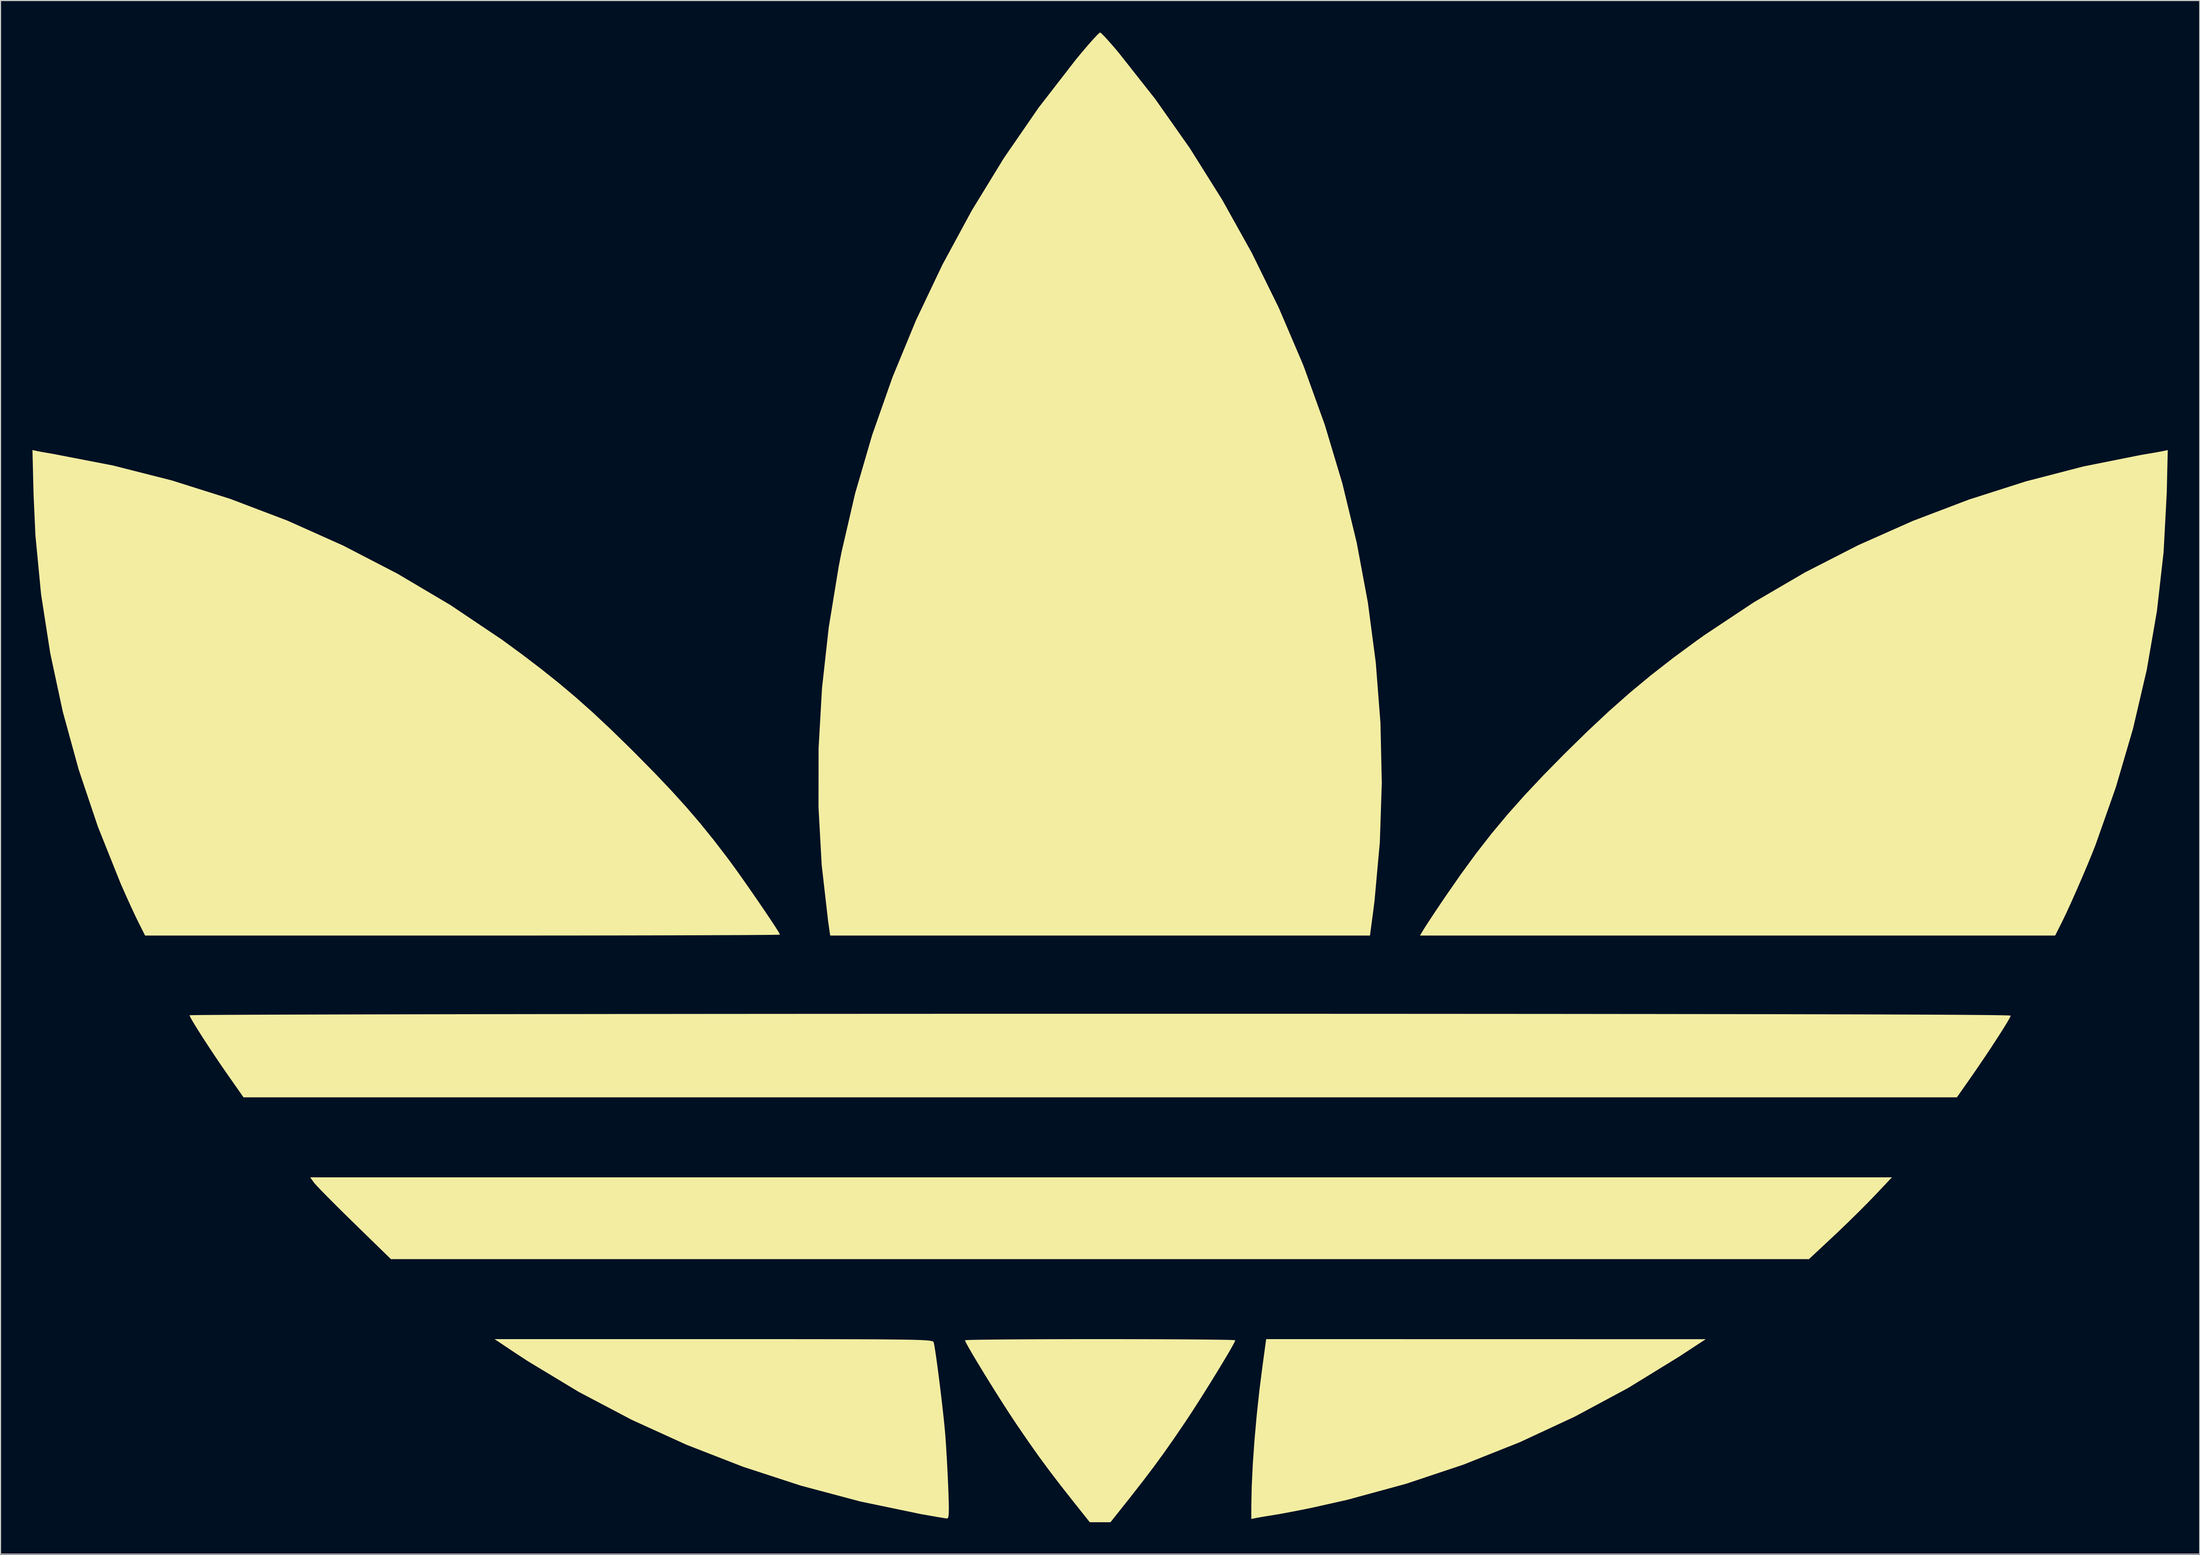
<source format=kicad_pcb>
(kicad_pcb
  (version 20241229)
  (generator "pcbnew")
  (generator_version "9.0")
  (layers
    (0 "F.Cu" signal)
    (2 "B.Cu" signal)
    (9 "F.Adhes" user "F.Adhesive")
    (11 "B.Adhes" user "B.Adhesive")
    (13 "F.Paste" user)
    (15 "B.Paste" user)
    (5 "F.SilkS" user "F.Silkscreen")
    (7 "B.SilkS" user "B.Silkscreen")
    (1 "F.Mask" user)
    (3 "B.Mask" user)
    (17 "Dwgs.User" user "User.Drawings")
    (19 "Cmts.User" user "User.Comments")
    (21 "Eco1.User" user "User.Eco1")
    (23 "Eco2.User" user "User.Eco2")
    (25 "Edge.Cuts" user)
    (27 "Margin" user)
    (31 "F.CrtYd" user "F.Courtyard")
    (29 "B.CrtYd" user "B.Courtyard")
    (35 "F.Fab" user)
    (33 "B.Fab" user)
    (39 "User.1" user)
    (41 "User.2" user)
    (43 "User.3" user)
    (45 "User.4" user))
  (footprint "adidas_mod"
    (layer "F.Cu")
    (at 100.314 70.017)
    (property "Reference" "adidas_mod" (at 0 0 0) (layer "F.SilkS") (effects (font (size 1.524 1.524) (thickness 0.3))))
    (attr board_only exclude_from_pos_files exclude_from_bom)
    (fp_poly (pts (xy 72.778 39.312) (xy 72.086 40.027) (xy 71.232 40.884) (xy 70.301 41.798) (xy 69.379 42.685) (xy 68.881 43.155) (xy 66.602 45.286) (xy -66.635 45.286) (xy -70.082 41.925) (xy -70.986 41.039) (xy -71.825 40.207) (xy -72.566 39.462) (xy -73.175 38.841) (xy -73.616 38.376) (xy -73.857 38.104) (xy -73.873 38.082) (xy -74.217 37.599) (xy 74.396 37.599)) (stroke (width 0) (type solid)) (fill yes) (layer "F.SilkS"))
    (fp_poly (pts (xy 36.251 52.809) (xy 56.899 52.812) (xy 54.393 54.456) (xy 49.589 57.409) (xy 44.602 60.088) (xy 39.45 62.487) (xy 34.154 64.596) (xy 28.733 66.408) (xy 23.207 67.914) (xy 19.879 68.661) (xy 18.902 68.859) (xy 17.93 69.048) (xy 17.064 69.21) (xy 16.401 69.325) (xy 16.286 69.343) (xy 15.625 69.448) (xy 15.035 69.547) (xy 14.663 69.616) (xy 14.204 69.709) (xy 14.206 68.485) (xy 14.244 66.651) (xy 14.344 64.568) (xy 14.503 62.313) (xy 14.713 59.964) (xy 14.968 57.598) (xy 15.242 55.437) (xy 15.602 52.805)) (stroke (width 0) (type solid)) (fill yes) (layer "F.SilkS"))
    (fp_poly (pts (xy 0.156 -69.895) (xy 0.483 -69.56) (xy 0.937 -69.057) (xy 1.477 -68.432) (xy 1.725 -68.137) (xy 5.177 -63.76) (xy 8.429 -59.137) (xy 11.461 -54.303) (xy 14.251 -49.297) (xy 16.777 -44.155) (xy 19.017 -38.913) (xy 19.172 -38.518) (xy 21.113 -33.125) (xy 22.759 -27.632) (xy 24.108 -22.061) (xy 25.156 -16.438) (xy 25.9 -10.786) (xy 26.338 -5.13) (xy 26.466 0.506) (xy 26.281 6.098) (xy 25.781 11.621) (xy 25.628 12.825) (xy 25.354 14.872) (xy -25.362 14.872) (xy -25.55 13.577) (xy -26.161 8.241) (xy -26.461 2.796) (xy -26.452 -2.743) (xy -26.132 -8.364) (xy -25.504 -14.053) (xy -24.566 -19.797) (xy -24.299 -21.161) (xy -23.019 -26.688) (xy -21.417 -32.182) (xy -19.506 -37.615) (xy -17.301 -42.962) (xy -14.813 -48.195) (xy -12.055 -53.287) (xy -9.041 -58.211) (xy -5.783 -62.941) (xy -2.295 -67.449) (xy -1.725 -68.137) (xy -1.16 -68.801) (xy -0.664 -69.362) (xy -0.278 -69.775) (xy -0.044 -69.994) (xy 0 -70.017)) (stroke (width 0) (type solid)) (fill yes) (layer "F.SilkS"))
    (fp_poly (pts (xy 100.216 -26.704) (xy 99.92 -21.163) (xy 99.294 -15.629) (xy 98.337 -10.101) (xy 97.048 -4.574) (xy 95.426 0.956) (xy 93.526 6.35) (xy 93.176 7.236) (xy 92.736 8.303) (xy 92.24 9.471) (xy 91.725 10.657) (xy 91.225 11.781) (xy 90.776 12.761) (xy 90.414 13.516) (xy 90.398 13.547) (xy 89.732 14.872) (xy 30.052 14.872) (xy 30.428 14.246) (xy 30.649 13.895) (xy 31.018 13.331) (xy 31.492 12.616) (xy 32.031 11.812) (xy 32.39 11.28) (xy 33.886 9.122) (xy 35.331 7.147) (xy 36.778 5.29) (xy 38.281 3.487) (xy 39.892 1.675) (xy 41.666 -0.211) (xy 43.605 -2.183) (xy 45.758 -4.296) (xy 47.787 -6.197) (xy 49.762 -7.944) (xy 51.753 -9.596) (xy 53.829 -11.214) (xy 56.059 -12.856) (xy 56.816 -13.395) (xy 61.419 -16.453) (xy 66.232 -19.266) (xy 71.225 -21.821) (xy 76.37 -24.107) (xy 81.637 -26.112) (xy 86.996 -27.824) (xy 92.419 -29.23) (xy 97.876 -30.319) (xy 98.425 -30.41) (xy 99.057 -30.517) (xy 99.607 -30.616) (xy 99.912 -30.677) (xy 100.312 -30.766)) (stroke (width 0) (type solid)) (fill yes) (layer "F.SilkS"))
    (fp_poly (pts (xy -33.26 52.805) (xy -30.523 52.806) (xy -28.085 52.808) (xy -25.93 52.81) (xy -24.039 52.814) (xy -22.395 52.819) (xy -20.982 52.826) (xy -19.781 52.836) (xy -18.775 52.847) (xy -17.948 52.861) (xy -17.28 52.877) (xy -16.756 52.897) (xy -16.357 52.92) (xy -16.067 52.946) (xy -15.868 52.976) (xy -15.742 53.01) (xy -15.673 53.049) (xy -15.643 53.091) (xy -15.64 53.098) (xy -15.572 53.422) (xy -15.476 54.021) (xy -15.358 54.838) (xy -15.226 55.816) (xy -15.088 56.896) (xy -14.95 58.023) (xy -14.82 59.138) (xy -14.704 60.185) (xy -14.611 61.105) (xy -14.554 61.745) (xy -14.485 62.706) (xy -14.413 63.876) (xy -14.344 65.131) (xy -14.287 66.348) (xy -14.268 66.8) (xy -14.23 67.864) (xy -14.213 68.637) (xy -14.22 69.161) (xy -14.251 69.479) (xy -14.31 69.633) (xy -14.388 69.667) (xy -14.632 69.633) (xy -15.136 69.55) (xy -15.834 69.43) (xy -16.657 69.285) (xy -16.878 69.245) (xy -22.548 68.064) (xy -28.114 66.58) (xy -33.557 64.802) (xy -38.862 62.736) (xy -44.011 60.389) (xy -48.988 57.766) (xy -53.775 54.876) (xy -55.059 54.034) (xy -56.897 52.805) (xy -36.314 52.805)) (stroke (width 0) (type solid)) (fill yes) (layer "F.SilkS"))
    (fp_poly (pts (xy 2.027 52.807) (xy 3.955 52.811) (xy 5.757 52.817) (xy 7.407 52.825) (xy 8.881 52.836) (xy 10.152 52.848) (xy 11.195 52.862) (xy 11.984 52.876) (xy 12.493 52.892) (xy 12.697 52.909) (xy 12.7 52.912) (xy 12.614 53.118) (xy 12.373 53.562) (xy 12.004 54.202) (xy 11.532 54.995) (xy 10.985 55.898) (xy 10.387 56.868) (xy 9.765 57.863) (xy 9.146 58.839) (xy 8.555 59.755) (xy 8.018 60.567) (xy 8.012 60.576) (xy 6.973 62.105) (xy 6.006 63.483) (xy 5.045 64.802) (xy 4.019 66.156) (xy 2.862 67.639) (xy 2.467 68.137) (xy 0.972 70.017) (xy -0.972 70.017) (xy -2.467 68.137) (xy -3.679 66.597) (xy -4.738 65.213) (xy -5.712 63.893) (xy -6.669 62.543) (xy -7.679 61.07) (xy -8.012 60.576) (xy -8.548 59.765) (xy -9.138 58.851) (xy -9.758 57.874) (xy -10.379 56.88) (xy -10.978 55.909) (xy -11.526 55.005) (xy -11.999 54.211) (xy -12.37 53.569) (xy -12.612 53.122) (xy -12.7 52.912) (xy -12.7 52.912) (xy -12.537 52.895) (xy -12.066 52.878) (xy -11.312 52.863) (xy -10.3 52.85) (xy -9.057 52.837) (xy -7.608 52.827) (xy -5.979 52.818) (xy -4.195 52.811) (xy -2.283 52.807) (xy -0.267 52.805) (xy 0 52.805)) (stroke (width 0) (type solid)) (fill yes) (layer "F.SilkS"))
    (fp_poly (pts (xy -99.912 -30.677) (xy -99.538 -30.603) (xy -98.967 -30.502) (xy -98.425 -30.41) (xy -92.77 -29.317) (xy -87.201 -27.903) (xy -81.728 -26.173) (xy -76.364 -24.132) (xy -71.119 -21.784) (xy -66.005 -19.134) (xy -61.033 -16.187) (xy -56.214 -12.948) (xy -54.339 -11.576) (xy -52.526 -10.193) (xy -50.855 -8.858) (xy -49.26 -7.514) (xy -47.676 -6.104) (xy -46.036 -4.569) (xy -44.276 -2.853) (xy -43.605 -2.185) (xy -41.848 -0.402) (xy -40.298 1.232) (xy -38.899 2.776) (xy -37.598 4.294) (xy -36.342 5.845) (xy -35.077 7.492) (xy -34.876 7.761) (xy -34.4 8.41) (xy -33.844 9.187) (xy -33.237 10.048) (xy -32.611 10.949) (xy -31.993 11.847) (xy -31.414 12.699) (xy -30.904 13.46) (xy -30.492 14.088) (xy -30.209 14.539) (xy -30.083 14.769) (xy -30.079 14.785) (xy -30.243 14.794) (xy -30.725 14.803) (xy -31.508 14.812) (xy -32.574 14.82) (xy -33.908 14.828) (xy -35.492 14.835) (xy -37.31 14.842) (xy -39.345 14.848) (xy -41.58 14.854) (xy -43.999 14.859) (xy -46.584 14.863) (xy -49.319 14.867) (xy -52.188 14.869) (xy -55.173 14.871) (xy -58.258 14.872) (xy -59.905 14.872) (xy -89.732 14.872) (xy -90.382 13.577) (xy -90.692 12.938) (xy -91.086 12.091) (xy -91.52 11.134) (xy -91.948 10.167) (xy -92.052 9.926) (xy -94.166 4.639) (xy -95.973 -0.738) (xy -97.468 -6.185) (xy -98.646 -11.681) (xy -99.504 -17.206) (xy -100.036 -22.74) (xy -100.212 -26.621) (xy -100.314 -30.766)) (stroke (width 0) (type solid)) (fill yes) (layer "F.SilkS"))
    (fp_poly (pts (xy 7.118 22.225) (xy 13.904 22.226) (xy 20.362 22.227) (xy 26.496 22.229) (xy 32.307 22.232) (xy 37.798 22.235) (xy 42.974 22.238) (xy 47.837 22.243) (xy 52.39 22.247) (xy 56.635 22.253) (xy 60.577 22.259) (xy 64.217 22.265) (xy 67.56 22.272) (xy 70.607 22.28) (xy 73.363 22.288) (xy 75.83 22.297) (xy 78.011 22.307) (xy 79.909 22.317) (xy 81.527 22.328) (xy 82.868 22.34) (xy 83.935 22.352) (xy 84.732 22.365) (xy 85.26 22.378) (xy 85.524 22.393) (xy 85.558 22.4) (xy 85.467 22.609) (xy 85.214 23.05) (xy 84.824 23.683) (xy 84.325 24.465) (xy 83.745 25.354) (xy 83.11 26.308) (xy 82.446 27.287) (xy 81.783 28.247) (xy 81.757 28.283) (xy 80.5 30.079) (xy -80.483 30.079) (xy -81.918 28.032) (xy -82.538 27.136) (xy -83.168 26.205) (xy -83.779 25.283) (xy -84.343 24.415) (xy -84.831 23.645) (xy -85.216 23.017) (xy -85.467 22.575) (xy -85.558 22.365) (xy -85.558 22.365) (xy -85.392 22.356) (xy -84.903 22.347) (xy -84.098 22.339) (xy -82.99 22.331) (xy -81.586 22.323) (xy -79.898 22.315) (xy -77.935 22.307) (xy -75.707 22.3) (xy -73.224 22.293) (xy -70.495 22.286) (xy -67.531 22.279) (xy -64.342 22.273) (xy -60.937 22.267) (xy -57.327 22.261) (xy -53.521 22.256) (xy -49.529 22.251) (xy -45.36 22.246) (xy -41.026 22.242) (xy -36.536 22.238) (xy -31.899 22.235) (xy -27.125 22.232) (xy -22.225 22.23) (xy -17.209 22.228) (xy -12.085 22.226) (xy -6.865 22.225) (xy -1.558 22.225) (xy 0 22.225)) (stroke (width 0) (type solid)) (fill yes) (layer "F.SilkS")))
  (gr_rect
    (start -3 -3)
    (end 203.626 143.034)
    (stroke (width 0.1) (type default))
    (fill no)
    (layer "Edge.Cuts")))
</source>
